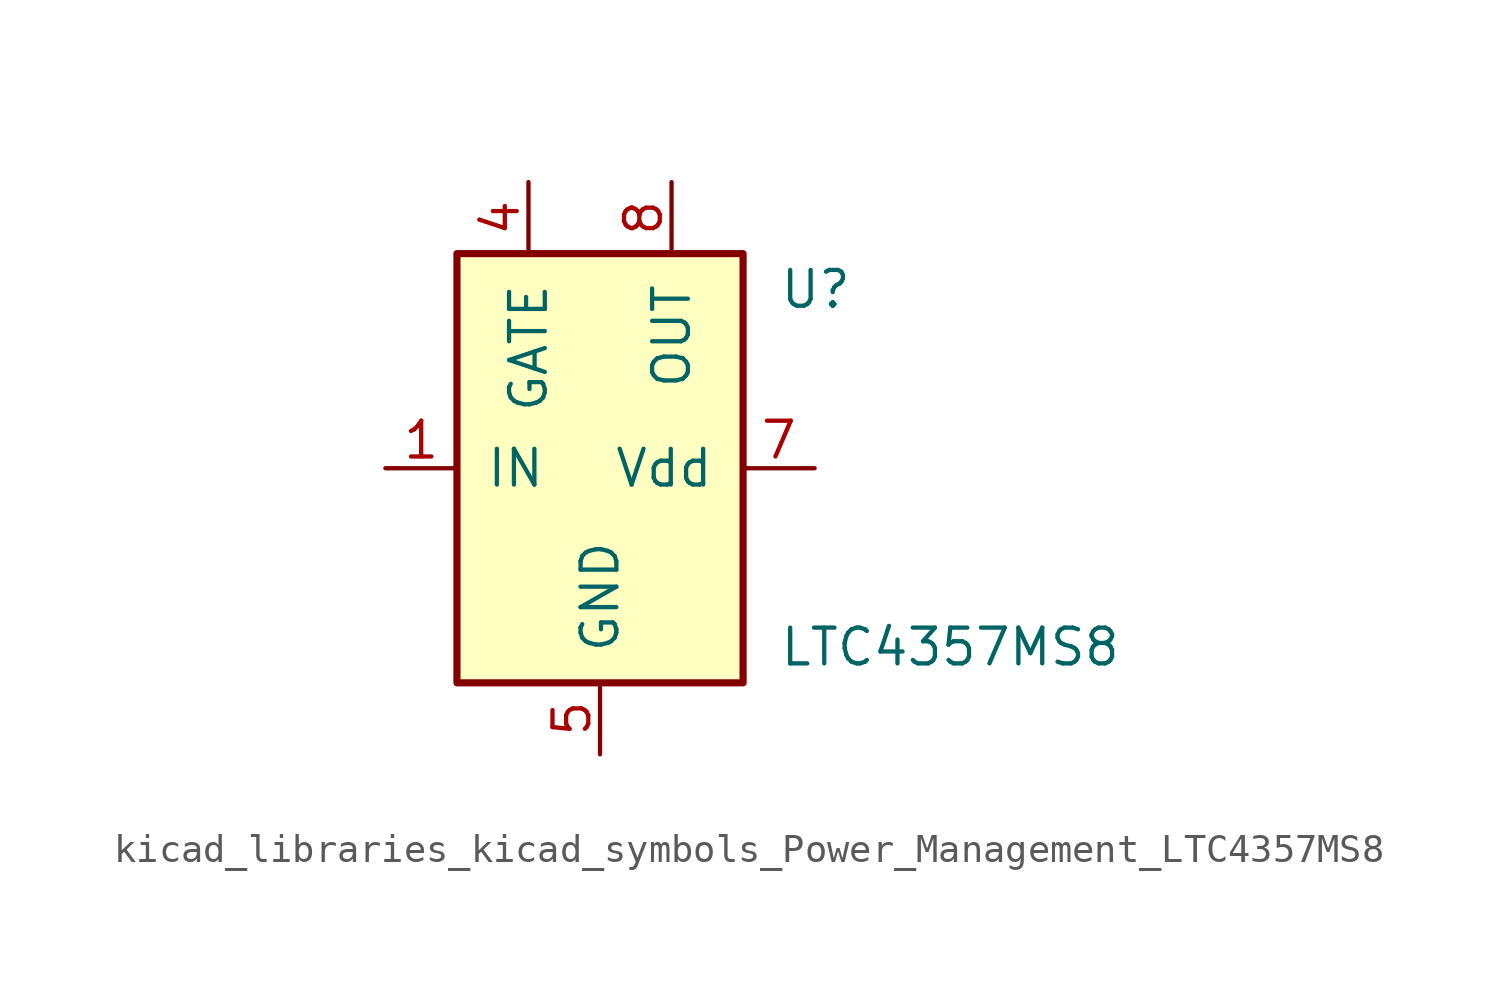
<source format=kicad_sym>
(kicad_symbol_lib
  (version 20220914)
  (generator kicad_symbol_editor)
  (symbol "kicad_libraries_kicad_symbols_Power_Management_LTC4357MS8"
    (pin_names
      (offset 1.016))
    (property "Reference" "U"
      (at 6.35 6.35 0)
      (effects (font (size 1.27 1.27)) (justify left)))
    (property "Value" "LTC4357MS8"
      (at 6.35 -6.35 0)
      (effects (font (size 1.27 1.27)) (justify left)))
    (symbol "kicad_libraries_kicad_symbols_Power_Management_LTC4357MS8_0_1"
      (rectangle (start -5.08 7.62) (end 5.08 -7.62) (stroke (width 0.254) (type default)) (fill (type background))))
    (symbol "kicad_libraries_kicad_symbols_Power_Management_LTC4357MS8_1_1"
      (pin input line (at -7.62 0 0) (length 2.54) (name "IN" (effects (font (size 1.27 1.27)))) (number "1" (effects (font (size 1.27 1.27)))))
      (pin no_connect line (at -5.08 -2.54 0) (length 2.54) hide (name "NC" (effects (font (size 1.27 1.27)))) (number "2" (effects (font (size 1.27 1.27)))))
      (pin no_connect line (at -5.08 -5.08 0) (length 2.54) hide (name "NC" (effects (font (size 1.27 1.27)))) (number "3" (effects (font (size 1.27 1.27)))))
      (pin output line (at -2.54 10.16 270) (length 2.54) (name "GATE" (effects (font (size 1.27 1.27)))) (number "4" (effects (font (size 1.27 1.27)))))
      (pin power_in line (at 0 -10.16 90) (length 2.54) (name "GND" (effects (font (size 1.27 1.27)))) (number "5" (effects (font (size 1.27 1.27)))))
      (pin no_connect line (at 2.54 -7.62 90) (length 2.54) hide (name "NC" (effects (font (size 1.27 1.27)))) (number "6" (effects (font (size 1.27 1.27)))))
      (pin power_in line (at 7.62 0 180) (length 2.54) (name "Vdd" (effects (font (size 1.27 1.27)))) (number "7" (effects (font (size 1.27 1.27)))))
      (pin input line (at 2.54 10.16 270) (length 2.54) (name "OUT" (effects (font (size 1.27 1.27)))) (number "8" (effects (font (size 1.27 1.27))))))))
</source>
